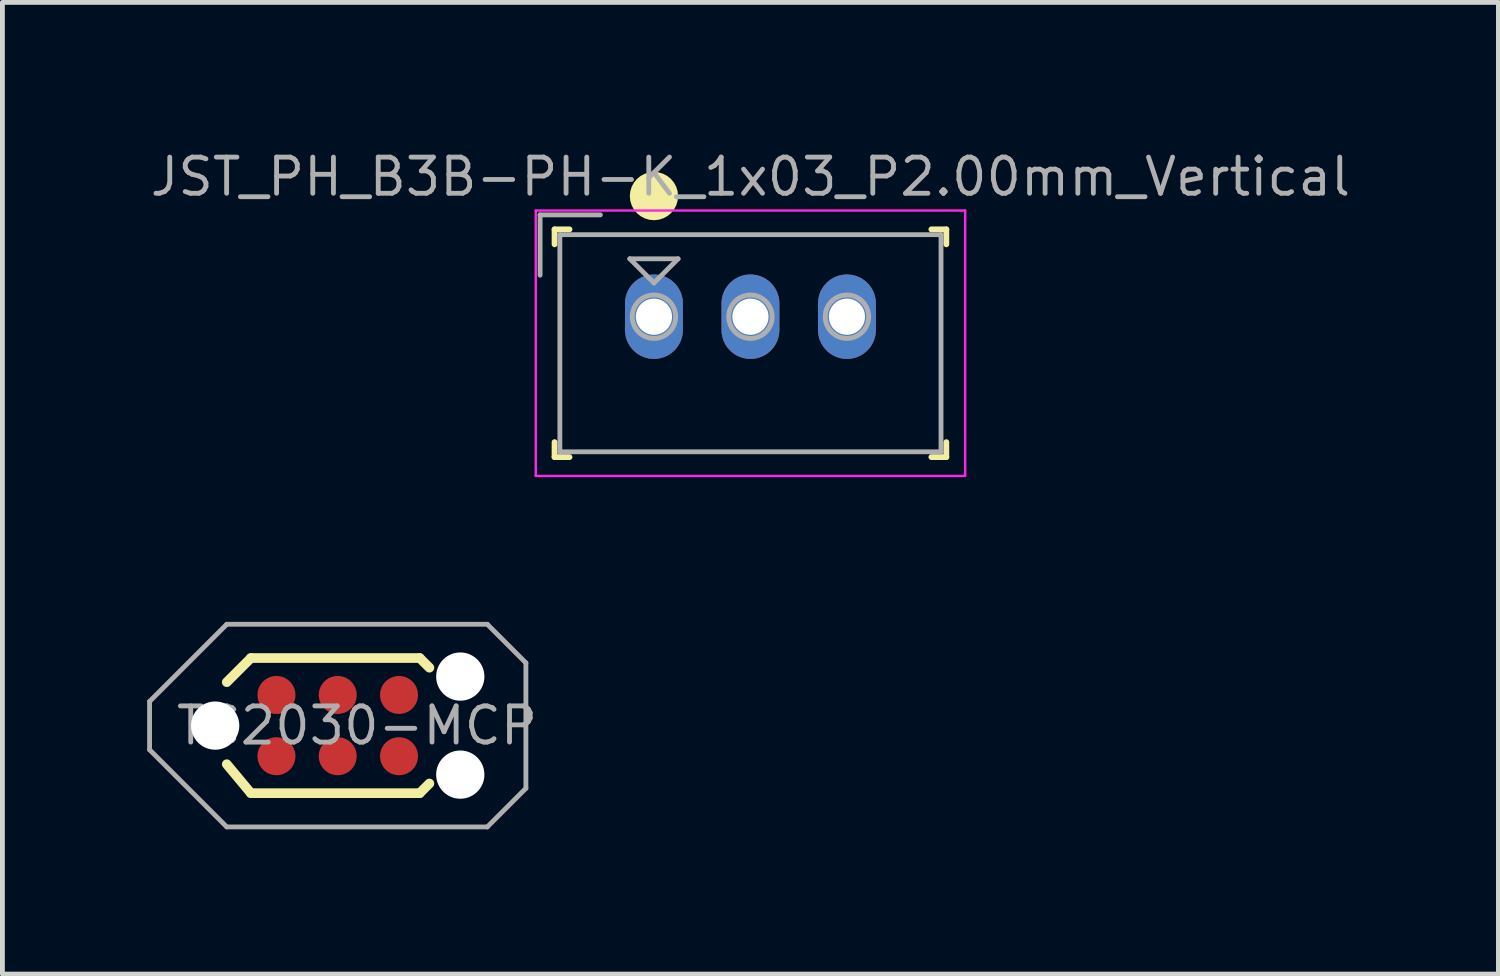
<source format=kicad_pcb>
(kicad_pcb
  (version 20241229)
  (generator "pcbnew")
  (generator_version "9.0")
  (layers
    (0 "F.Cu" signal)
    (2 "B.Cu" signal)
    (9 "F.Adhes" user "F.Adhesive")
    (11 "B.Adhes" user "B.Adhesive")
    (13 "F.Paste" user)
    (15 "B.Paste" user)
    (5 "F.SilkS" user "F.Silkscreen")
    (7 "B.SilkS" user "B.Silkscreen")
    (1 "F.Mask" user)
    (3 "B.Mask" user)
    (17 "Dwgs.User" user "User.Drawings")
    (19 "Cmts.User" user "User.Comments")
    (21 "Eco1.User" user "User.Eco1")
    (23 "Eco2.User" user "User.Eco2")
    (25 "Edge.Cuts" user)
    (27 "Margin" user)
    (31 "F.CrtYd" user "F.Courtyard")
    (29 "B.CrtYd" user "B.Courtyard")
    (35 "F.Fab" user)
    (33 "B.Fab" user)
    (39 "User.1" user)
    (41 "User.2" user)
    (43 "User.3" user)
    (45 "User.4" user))
  (footprint "TC2030-MCP"
    (layer "F.Cu")
    (at 3.95 11.989)
    (property "Reference" "TC2030-MCP" (at 0.4 0 180) (layer "F.Fab") (effects (font (size 0.75 0.75) (thickness 0.1))))
    (attr exclude_from_pos_files exclude_from_bom)
    (fp_line (start -2.3 0.8) (end -1.8 1.4) (stroke (width 0.2) (type solid)) (layer "F.SilkS"))
    (fp_line (start -1.8 -1.4) (end -2.3 -0.9) (stroke (width 0.2) (type solid)) (layer "F.SilkS"))
    (fp_line (start -1.8 -1.4) (end 1.7 -1.4) (stroke (width 0.2) (type solid)) (layer "F.SilkS"))
    (fp_line (start -1.8 1.4) (end 1.7 1.4) (stroke (width 0.2) (type solid)) (layer "F.SilkS"))
    (fp_line (start 1.7 -1.4) (end 1.9 -1.2) (stroke (width 0.2) (type solid)) (layer "F.SilkS"))
    (fp_line (start 1.9 1.2) (end 1.7 1.4) (stroke (width 0.2) (type solid)) (layer "F.SilkS"))
    (fp_line (start -3.9 -0.5) (end -2.3 -2.1) (stroke (width 0.1) (type solid)) (layer "F.Fab"))
    (fp_line (start -3.9 0.5) (end -3.9 -0.5) (stroke (width 0.1) (type solid)) (layer "F.Fab"))
    (fp_line (start -2.3 -2.1) (end 3.1 -2.1) (stroke (width 0.1) (type solid)) (layer "F.Fab"))
    (fp_line (start -2.3 2.1) (end -3.9 0.5) (stroke (width 0.1) (type solid)) (layer "F.Fab"))
    (fp_line (start 3.1 2.1) (end -2.3 2.1) (stroke (width 0.1) (type solid)) (layer "F.Fab"))
    (fp_line (start 3.9 -1.3) (end 3.1 -2.1) (stroke (width 0.1) (type solid)) (layer "F.Fab"))
    (fp_line (start 3.9 -1.3) (end 3.9 1.3) (stroke (width 0.1) (type solid)) (layer "F.Fab"))
    (fp_line (start 3.9 1.3) (end 3.1 2.1) (stroke (width 0.1) (type solid)) (layer "F.Fab"))
    (pad "" np_thru_hole circle (at -2.54 0) (size 1 1) (drill 1) (layers "*.Cu" "*.Mask"))
    (pad "" np_thru_hole circle (at 2.54 -1.016) (size 1 1) (drill 1) (layers "*.Cu" "*.Mask"))
    (pad "" np_thru_hole circle (at 2.54 1.016) (size 1 1) (drill 1) (layers "*.Cu" "*.Mask"))
    (pad "1" smd circle (at -1.27 0.635) (size 0.787 0.787) (layers "F.Cu" "F.Mask"))
    (pad "2" smd circle (at -1.27 -0.635) (size 0.787 0.787) (layers "F.Cu" "F.Mask"))
    (pad "3" smd circle (at 0 0.635) (size 0.787 0.787) (layers "F.Cu" "F.Mask"))
    (pad "4" smd circle (at 0 -0.635) (size 0.787 0.787) (layers "F.Cu" "F.Mask"))
    (pad "5" smd circle (at 1.27 0.635) (size 0.787 0.787) (layers "F.Cu" "F.Mask"))
    (pad "6" smd circle (at 1.27 -0.635) (size 0.787 0.787) (layers "F.Cu" "F.Mask")))
  (footprint "JST_PH_B3B-PH-K_1x03_P2.00mm_Vertical"
    (layer "F.Cu")
    (at 10.504 3.514)
    (property "Reference" "JST_PH_B3B-PH-K_1x03_P2.00mm_Vertical" (at 2 -2.9 0) (layer "F.Fab") (effects (font (size 0.75 0.75) (thickness 0.1))))
    (attr through_hole)
    (fp_circle (center 0 0) (end 0.5 0) (stroke (width 0.12) (type solid)) (fill yes) (layer "F.Mask"))
    (fp_circle (center 2 0) (end 2.5 0) (stroke (width 0.12) (type solid)) (fill yes) (layer "F.Mask"))
    (fp_circle (center 4 0) (end 4.5 0) (stroke (width 0.12) (type solid)) (fill yes) (layer "F.Mask"))
    (fp_line (start -2.06 -1.81) (end -2.06 -1.5) (stroke (width 0.12) (type solid)) (layer "F.SilkS"))
    (fp_line (start -2.06 2.91) (end -2.06 2.6) (stroke (width 0.12) (type solid)) (layer "F.SilkS"))
    (fp_line (start -1.75 -1.81) (end -2.06 -1.81) (stroke (width 0.12) (type solid)) (layer "F.SilkS"))
    (fp_line (start -1.75 2.91) (end -2.06 2.91) (stroke (width 0.12) (type solid)) (layer "F.SilkS"))
    (fp_line (start 5.75 2.91) (end 6.06 2.91) (stroke (width 0.12) (type solid)) (layer "F.SilkS"))
    (fp_line (start 6.06 -1.81) (end 5.75 -1.81) (stroke (width 0.12) (type solid)) (layer "F.SilkS"))
    (fp_line (start 6.06 -1.5) (end 6.06 -1.81) (stroke (width 0.12) (type solid)) (layer "F.SilkS"))
    (fp_line (start 6.06 2.6) (end 6.06 2.91) (stroke (width 0.12) (type solid)) (layer "F.SilkS"))
    (fp_circle (center 0 -2.5) (end 0.25 -2.5) (stroke (width 0.5) (type default)) (fill no) (layer "F.SilkS"))
    (fp_line (start -2.45 -2.2) (end -2.45 3.3) (stroke (width 0.05) (type solid)) (layer "F.CrtYd"))
    (fp_line (start -2.45 3.3) (end 6.45 3.3) (stroke (width 0.05) (type solid)) (layer "F.CrtYd"))
    (fp_line (start 6.45 -2.2) (end -2.45 -2.2) (stroke (width 0.05) (type solid)) (layer "F.CrtYd"))
    (fp_line (start 6.45 3.3) (end 6.45 -2.2) (stroke (width 0.05) (type solid)) (layer "F.CrtYd"))
    (fp_line (start -2.36 -2.11) (end -2.36 -0.86) (stroke (width 0.1) (type solid)) (layer "F.Fab"))
    (fp_line (start -1.95 -1.7) (end -1.95 2.8) (stroke (width 0.1) (type solid)) (layer "F.Fab"))
    (fp_line (start -1.95 2.8) (end 5.95 2.8) (stroke (width 0.1) (type solid)) (layer "F.Fab"))
    (fp_line (start -1.11 -2.11) (end -2.36 -2.11) (stroke (width 0.1) (type solid)) (layer "F.Fab"))
    (fp_line (start -0.5 -1.2) (end 0 -0.7) (stroke (width 0.1) (type default)) (layer "F.Fab"))
    (fp_line (start 0 -0.7) (end 0.5 -1.2) (stroke (width 0.1) (type default)) (layer "F.Fab"))
    (fp_line (start 0.5 -1.2) (end -0.5 -1.2) (stroke (width 0.1) (type default)) (layer "F.Fab"))
    (fp_line (start 5.95 -1.7) (end -1.95 -1.7) (stroke (width 0.1) (type solid)) (layer "F.Fab"))
    (fp_line (start 5.95 2.8) (end 5.95 -1.7) (stroke (width 0.1) (type solid)) (layer "F.Fab"))
    (fp_circle (center 0 0) (end 0.45 0) (stroke (width 0.1) (type default)) (fill no) (layer "F.Fab"))
    (fp_circle (center 2 0) (end 2.45 0) (stroke (width 0.1) (type default)) (fill no) (layer "F.Fab"))
    (fp_circle (center 4 0) (end 4.45 0) (stroke (width 0.1) (type default)) (fill no) (layer "F.Fab"))
    (pad "1" thru_hole oval (at 0 0) (size 1.2 1.75) (drill 0.75) (layers "*.Cu" "B.Mask"))
    (pad "2" thru_hole oval (at 2 0) (size 1.2 1.75) (drill 0.75) (layers "*.Cu" "B.Mask"))
    (pad "3" thru_hole oval (at 4 0) (size 1.2 1.75) (drill 0.75) (layers "*.Cu" "B.Mask")))
  (gr_rect
    (start -3 -3)
    (end 28.007 17.139)
    (stroke (width 0.1) (type default))
    (fill no)
    (layer "Edge.Cuts")))
</source>
